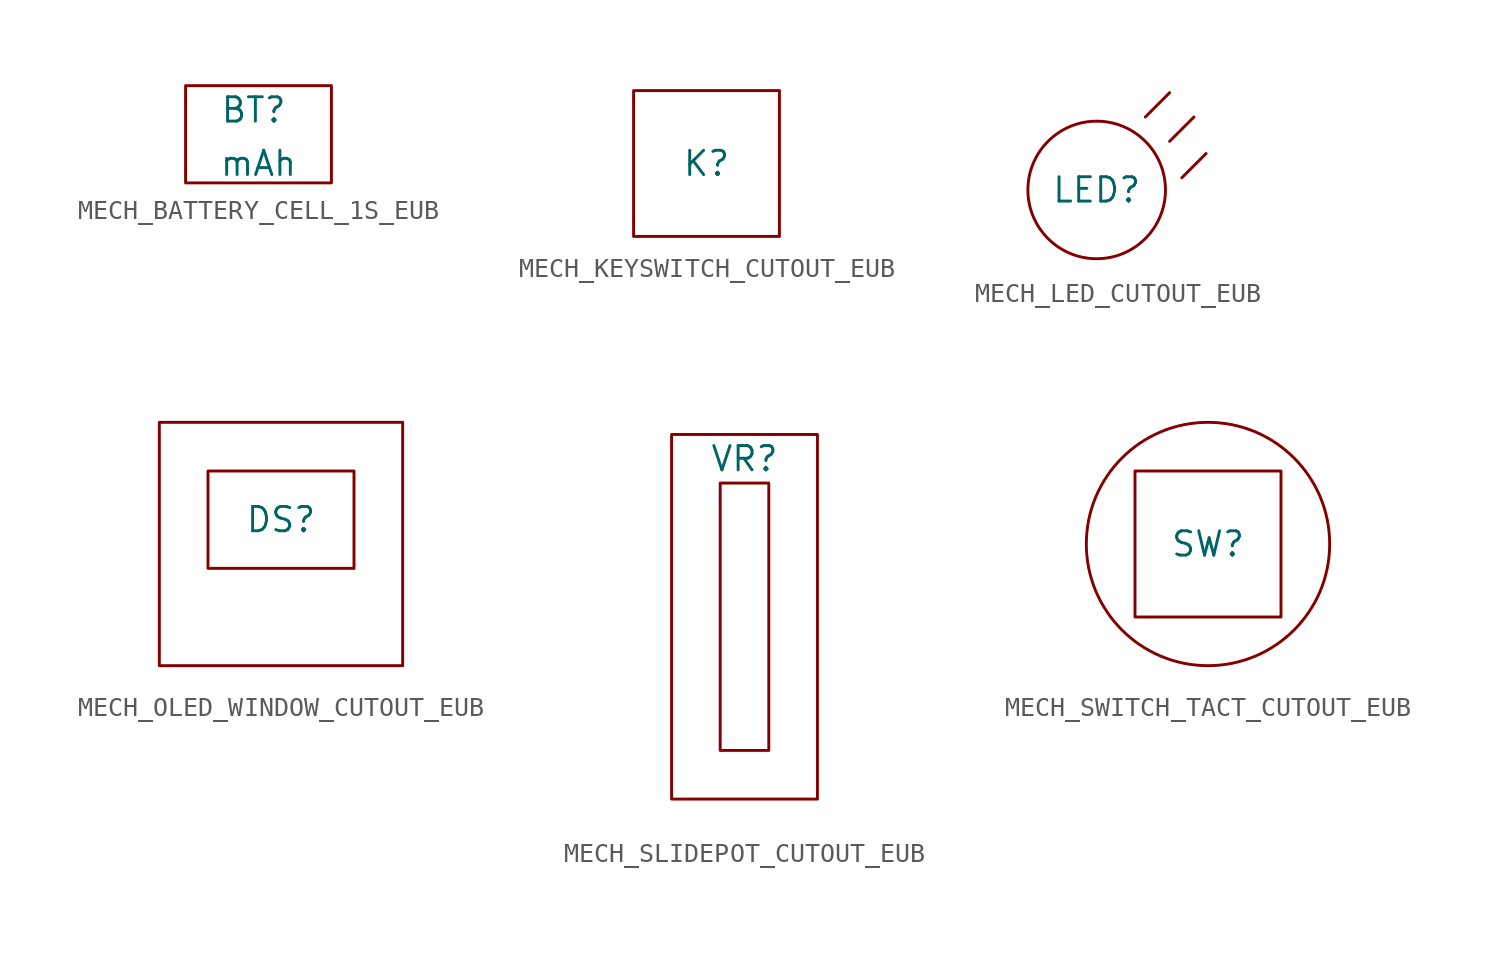
<source format=kicad_sym>
(kicad_symbol_lib
  (version 20241209)
  (generator "kicad_symbol_editor")
  (generator_version "9.0")
  (symbol "MECH_BATTERY_CELL_1S_EUB"
    (pin_numbers
      (hide yes))
    (pin_names
      (offset 0)
      (hide yes))
    (property "Reference" "BT"
      (at -0.254 1.27 0)
      (effects (font (size 1.27 1.27))))
    (property "Value" "mAh"
      (at 0 -1.524 0)
      (effects (font (size 1.27 1.27))))
    (symbol "MECH_BATTERY_CELL_1S_EUB_0_1"
      (rectangle (start -3.81 2.54) (end 3.81 -2.54) (stroke (width 0) (type default)) (fill (type none)))))
  (symbol "MECH_KEYSWITCH_CUTOUT_EUB"
    (property "Reference" "K"
      (at 0 0 0)
      (effects (font (size 1.27 1.27))))
    (property "Value" ""
      (at 0 0 0)
      (effects (font (size 1.27 1.27))))
    (symbol "MECH_KEYSWITCH_CUTOUT_EUB_0_1"
      (rectangle (start -3.81 3.81) (end 3.81 -3.81) (stroke (width 0) (type default)) (fill (type none)))))
  (symbol "MECH_LED_CUTOUT_EUB"
    (property "Reference" "LED"
      (at 0 1.27 0)
      (effects (font (size 1.27 1.27))))
    (property "Value" ""
      (at 0 0 0)
      (effects (font (size 1.27 1.27))))
    (symbol "MECH_LED_CUTOUT_EUB_0_1"
      (circle (center 0 1.27) (radius 3.592) (stroke (width 0) (type default)) (fill (type none)))
      (polyline (pts (xy 2.54 5.08) (xy 3.81 6.35)) (stroke (width 0) (type default)) (fill (type none)))
      (polyline (pts (xy 3.81 3.81) (xy 5.08 5.08)) (stroke (width 0) (type default)) (fill (type none)))
      (polyline (pts (xy 4.445 1.905) (xy 5.715 3.175)) (stroke (width 0) (type default)) (fill (type none)))))
  (symbol "MECH_OLED_WINDOW_CUTOUT_EUB"
    (property "Reference" "DS"
      (at 0 1.27 0)
      (effects (font (size 1.27 1.27))))
    (property "Value" ""
      (at 0 0 0)
      (effects (font (size 1.27 1.27))))
    (symbol "MECH_OLED_WINDOW_CUTOUT_EUB_0_1"
      (rectangle (start -6.35 6.35) (end 6.35 -6.35) (stroke (width 0) (type default)) (fill (type none)))
      (rectangle (start -3.81 3.81) (end 3.81 -1.27) (stroke (width 0) (type default)) (fill (type none)))))
  (symbol "MECH_SLIDEPOT_CUTOUT_EUB"
    (property "Reference" "VR"
      (at 0 8.89 0)
      (effects (font (size 1.27 1.27))))
    (property "Value" ""
      (at 0 0 0)
      (effects (font (size 1.27 1.27))))
    (symbol "MECH_SLIDEPOT_CUTOUT_EUB_0_1"
      (rectangle (start -3.81 10.16) (end 3.81 -8.89) (stroke (width 0) (type default)) (fill (type none)))
      (rectangle (start -1.27 7.62) (end 1.27 -6.35) (stroke (width 0) (type default)) (fill (type none)))))
  (symbol "MECH_SWITCH_TACT_CUTOUT_EUB"
    (property "Reference" "SW"
      (at 0 0 0)
      (effects (font (size 1.27 1.27))))
    (property "Value" ""
      (at 0 0 0)
      (effects (font (size 1.27 1.27))))
    (symbol "MECH_SWITCH_TACT_CUTOUT_EUB_0_1"
      (rectangle (start -3.81 3.81) (end 3.81 -3.81) (stroke (width 0) (type default)) (fill (type none)))
      (circle (center 0 0) (radius 6.35) (stroke (width 0) (type default)) (fill (type none))))))
</source>
